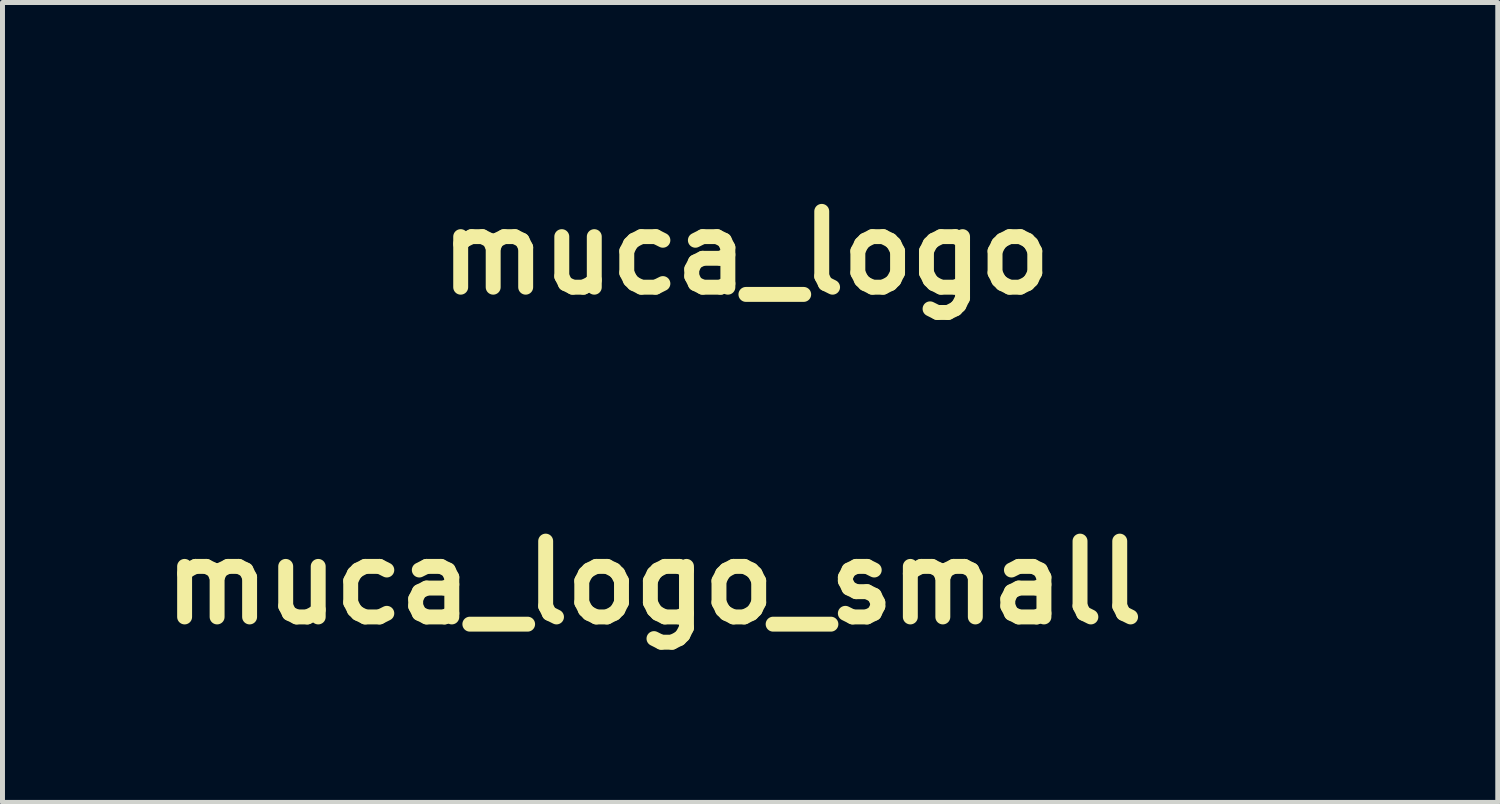
<source format=kicad_pcb>
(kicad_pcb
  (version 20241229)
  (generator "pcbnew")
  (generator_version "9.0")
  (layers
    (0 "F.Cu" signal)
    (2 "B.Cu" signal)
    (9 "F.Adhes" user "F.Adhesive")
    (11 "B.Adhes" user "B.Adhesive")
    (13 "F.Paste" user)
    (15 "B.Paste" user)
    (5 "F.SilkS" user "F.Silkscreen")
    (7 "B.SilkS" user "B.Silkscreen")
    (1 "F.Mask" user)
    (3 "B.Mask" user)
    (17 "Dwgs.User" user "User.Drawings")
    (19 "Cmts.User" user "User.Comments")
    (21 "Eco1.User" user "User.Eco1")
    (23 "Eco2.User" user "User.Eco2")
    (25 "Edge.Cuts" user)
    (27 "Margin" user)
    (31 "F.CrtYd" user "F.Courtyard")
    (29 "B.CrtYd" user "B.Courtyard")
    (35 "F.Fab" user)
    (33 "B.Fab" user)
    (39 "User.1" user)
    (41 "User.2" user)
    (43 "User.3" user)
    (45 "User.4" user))
  (footprint "muca_logo"
    (layer "F.Cu")
    (at 11.943 2.033)
    (property "Reference" "muca_logo" (at 0 0 0) (layer "F.SilkS") (effects (font (size 1.524 1.524) (thickness 0.3))))
    (attr through_hole)
    (fp_poly (pts (xy 5.531 -1.994) (xy 5.776 -1.913) (xy 5.867 -1.871) (xy 6.263 -1.636) (xy 6.503 -1.392) (xy 6.581 -1.146) (xy 6.57 -1.063) (xy 6.458 -0.893) (xy 6.257 -0.847) (xy 5.994 -0.925) (xy 5.831 -1.023) (xy 5.399 -1.239) (xy 4.952 -1.302) (xy 4.52 -1.223) (xy 4.135 -1.012) (xy 3.827 -0.68) (xy 3.636 -0.271) (xy 3.589 0.16) (xy 3.689 0.582) (xy 3.915 0.959) (xy 4.246 1.257) (xy 4.642 1.435) (xy 5.107 1.478) (xy 5.56 1.353) (xy 5.831 1.193) (xy 6.116 1.044) (xy 6.355 1.021) (xy 6.521 1.122) (xy 6.57 1.232) (xy 6.553 1.474) (xy 6.396 1.698) (xy 6.129 1.894) (xy 5.781 2.05) (xy 5.383 2.157) (xy 4.963 2.205) (xy 4.552 2.182) (xy 4.178 2.079) (xy 4.169 2.075) (xy 3.643 1.765) (xy 3.252 1.354) (xy 2.999 0.845) (xy 2.885 0.242) (xy 2.879 0.043) (xy 2.889 -0.306) (xy 2.933 -0.562) (xy 3.031 -0.8) (xy 3.154 -1.017) (xy 3.502 -1.472) (xy 3.921 -1.784) (xy 4.433 -1.964) (xy 4.878 -2.019) (xy 5.254 -2.026) (xy 5.531 -1.994)) (stroke (width 0.01) (type solid)) (fill no) (layer "Eco2.User"))
    (fp_poly (pts (xy 1.371 -2.017) (xy 1.446 -2.001) (xy 1.5 -1.961) (xy 1.536 -1.871) (xy 1.559 -1.704) (xy 1.574 -1.436) (xy 1.584 -1.04) (xy 1.59 -0.72) (xy 1.594 -0.113) (xy 1.576 0.356) (xy 1.527 0.718) (xy 1.44 1.005) (xy 1.309 1.249) (xy 1.124 1.479) (xy 1.041 1.567) (xy 0.615 1.916) (xy 0.138 2.121) (xy -0.424 2.198) (xy -0.508 2.199) (xy -0.968 2.168) (xy -1.339 2.06) (xy -1.419 2.023) (xy -1.778 1.784) (xy -2.116 1.453) (xy -2.385 1.085) (xy -2.525 0.778) (xy -2.563 0.567) (xy -2.594 0.23) (xy -2.616 -0.189) (xy -2.625 -0.646) (xy -2.625 -0.698) (xy -2.62 -1.212) (xy -2.6 -1.579) (xy -2.558 -1.821) (xy -2.486 -1.961) (xy -2.377 -2.021) (xy -2.224 -2.022) (xy -2.185 -2.017) (xy -2.107 -2) (xy -2.052 -1.956) (xy -2.015 -1.858) (xy -1.989 -1.68) (xy -1.969 -1.395) (xy -1.951 -0.976) (xy -1.945 -0.804) (xy -1.919 -0.272) (xy -1.886 0.121) (xy -1.841 0.408) (xy -1.78 0.618) (xy -1.744 0.7) (xy -1.477 1.079) (xy -1.128 1.332) (xy -0.731 1.461) (xy -0.315 1.465) (xy 0.087 1.345) (xy 0.443 1.103) (xy 0.722 0.739) (xy 0.771 0.642) (xy 0.841 0.451) (xy 0.888 0.223) (xy 0.915 -0.081) (xy 0.928 -0.497) (xy 0.929 -0.773) (xy 0.936 -1.271) (xy 0.959 -1.623) (xy 1.007 -1.85) (xy 1.087 -1.977) (xy 1.208 -2.025) (xy 1.371 -2.017)) (stroke (width 0.01) (type solid)) (fill no) (layer "Eco2.User"))
    (fp_poly (pts (xy 10.56 -1.945) (xy 10.882 -1.823) (xy 11.109 -1.712) (xy 11.261 -1.644) (xy 11.299 -1.633) (xy 11.408 -1.835) (xy 11.592 -1.986) (xy 11.688 -2.019) (xy 11.816 -2.026) (xy 11.916 -1.991) (xy 11.99 -1.896) (xy 12.042 -1.723) (xy 12.076 -1.454) (xy 12.096 -1.07) (xy 12.105 -0.552) (xy 12.107 0.085) (xy 12.105 0.747) (xy 12.095 1.258) (xy 12.075 1.637) (xy 12.04 1.902) (xy 11.987 2.071) (xy 11.912 2.163) (xy 11.811 2.195) (xy 11.688 2.188) (xy 11.495 2.091) (xy 11.339 1.905) (xy 11.299 1.802) (xy 11.228 1.827) (xy 11.051 1.909) (xy 10.882 1.993) (xy 10.374 2.162) (xy 9.817 2.201) (xy 9.273 2.106) (xy 9.059 2.025) (xy 8.544 1.71) (xy 8.152 1.282) (xy 8.016 1.058) (xy 7.884 0.674) (xy 7.833 0.255) (xy 8.561 0.255) (xy 8.673 0.649) (xy 8.892 0.989) (xy 9.198 1.254) (xy 9.568 1.422) (xy 9.983 1.473) (xy 10.421 1.384) (xy 10.591 1.308) (xy 10.956 1.033) (xy 11.202 0.67) (xy 11.321 0.255) (xy 11.306 -0.177) (xy 11.151 -0.59) (xy 11.001 -0.797) (xy 10.63 -1.111) (xy 10.214 -1.28) (xy 9.784 -1.309) (xy 9.371 -1.198) (xy 9.006 -0.952) (xy 8.739 -0.606) (xy 8.575 -0.17) (xy 8.561 0.255) (xy 7.833 0.255) (xy 7.827 0.204) (xy 7.847 -0.282) (xy 7.943 -0.719) (xy 8.019 -0.897) (xy 8.311 -1.307) (xy 8.703 -1.665) (xy 9.115 -1.905) (xy 9.557 -2.016) (xy 10.063 -2.028) (xy 10.56 -1.945)) (stroke (width 0.01) (type solid)) (fill no) (layer "Eco2.User"))
    (fp_poly (pts (xy -4.262 -2.002) (xy -4.169 -1.934) (xy -4.166 -1.93) (xy -4.131 -1.813) (xy -4.103 -1.555) (xy -4.081 -1.189) (xy -4.067 -0.743) (xy -4.059 -0.248) (xy -4.058 0.266) (xy -4.064 0.77) (xy -4.076 1.234) (xy -4.096 1.627) (xy -4.122 1.919) (xy -4.155 2.081) (xy -4.166 2.1) (xy -4.359 2.191) (xy -4.588 2.177) (xy -4.724 2.1) (xy -4.767 1.986) (xy -4.798 1.738) (xy -4.817 1.345) (xy -4.826 0.796) (xy -4.826 0.598) (xy -4.826 -0.803) (xy -6.33 0.699) (xy -6.877 1.243) (xy -7.317 1.665) (xy -7.662 1.966) (xy -7.923 2.144) (xy -8.112 2.198) (xy -8.24 2.13) (xy -8.32 1.937) (xy -8.362 1.619) (xy -8.379 1.176) (xy -8.382 0.608) (xy -8.382 0.598) (xy -8.382 -0.803) (xy -9.886 0.699) (xy -10.383 1.193) (xy -10.779 1.574) (xy -11.087 1.854) (xy -11.322 2.043) (xy -11.5 2.152) (xy -11.634 2.192) (xy -11.74 2.172) (xy -11.833 2.104) (xy -11.836 2.1) (xy -11.873 2.004) (xy -11.901 1.792) (xy -11.921 1.452) (xy -11.933 0.97) (xy -11.938 0.335) (xy -11.938 0.116) (xy -11.936 -0.511) (xy -11.931 -0.99) (xy -11.92 -1.342) (xy -11.902 -1.589) (xy -11.876 -1.751) (xy -11.84 -1.851) (xy -11.805 -1.899) (xy -11.602 -2.021) (xy -11.401 -1.975) (xy -11.309 -1.899) (xy -11.258 -1.821) (xy -11.221 -1.688) (xy -11.197 -1.476) (xy -11.183 -1.159) (xy -11.177 -0.712) (xy -11.176 -0.397) (xy -11.176 0.972) (xy -9.672 -0.53) (xy -9.126 -1.073) (xy -8.686 -1.494) (xy -8.341 -1.792) (xy -8.08 -1.966) (xy -7.891 -2.016) (xy -7.762 -1.94) (xy -7.683 -1.737) (xy -7.64 -1.408) (xy -7.623 -0.949) (xy -7.62 -0.366) (xy -7.62 0.972) (xy -6.116 -0.53) (xy -5.619 -1.023) (xy -5.223 -1.405) (xy -4.915 -1.685) (xy -4.68 -1.874) (xy -4.502 -1.983) (xy -4.368 -2.022) (xy -4.262 -2.002)) (stroke (width 0.01) (type solid)) (fill no) (layer "Eco2.User")))
  (footprint "muca_logo_small"
    (layer "F.Cu")
    (at 10.095 8.661)
    (property "Reference" "muca_logo_small" (at 0 0 0) (layer "F.SilkS") (effects (font (size 1.524 1.524) (thickness 0.3))))
    (attr through_hole)
    (fp_poly (pts (xy 2.014 -0.744) (xy 2.108 -0.736) (xy 2.177 -0.717) (xy 2.241 -0.683) (xy 2.288 -0.651) (xy 2.401 -0.562) (xy 2.461 -0.49) (xy 2.473 -0.428) (xy 2.457 -0.389) (xy 2.39 -0.333) (xy 2.297 -0.334) (xy 2.182 -0.39) (xy 2.178 -0.392) (xy 2.012 -0.471) (xy 1.844 -0.492) (xy 1.683 -0.458) (xy 1.541 -0.374) (xy 1.428 -0.243) (xy 1.361 -0.094) (xy 1.345 0.063) (xy 1.383 0.218) (xy 1.468 0.358) (xy 1.59 0.47) (xy 1.741 0.538) (xy 1.915 0.554) (xy 2.085 0.507) (xy 2.187 0.447) (xy 2.295 0.391) (xy 2.384 0.383) (xy 2.446 0.424) (xy 2.465 0.467) (xy 2.47 0.527) (xy 2.444 0.581) (xy 2.376 0.648) (xy 2.371 0.652) (xy 2.211 0.752) (xy 2.019 0.811) (xy 1.815 0.827) (xy 1.619 0.796) (xy 1.537 0.765) (xy 1.35 0.648) (xy 1.21 0.491) (xy 1.12 0.298) (xy 1.084 0.074) (xy 1.085 -0.026) (xy 1.124 -0.25) (xy 1.214 -0.437) (xy 1.357 -0.59) (xy 1.443 -0.65) (xy 1.526 -0.697) (xy 1.598 -0.726) (xy 1.682 -0.741) (xy 1.797 -0.746) (xy 1.876 -0.746) (xy 2.014 -0.744)) (stroke (width 0.01) (type solid)) (fill no) (layer "Eco2.User"))
    (fp_poly (pts (xy -0.819 -0.756) (xy -0.791 -0.75) (xy -0.77 -0.734) (xy -0.756 -0.698) (xy -0.746 -0.633) (xy -0.739 -0.529) (xy -0.733 -0.375) (xy -0.729 -0.285) (xy -0.722 -0.099) (xy -0.713 0.036) (xy -0.701 0.132) (xy -0.684 0.202) (xy -0.661 0.257) (xy -0.64 0.293) (xy -0.522 0.43) (xy -0.375 0.518) (xy -0.212 0.554) (xy -0.045 0.535) (xy 0.114 0.46) (xy 0.143 0.439) (xy 0.222 0.362) (xy 0.28 0.268) (xy 0.318 0.146) (xy 0.339 -0.014) (xy 0.348 -0.224) (xy 0.349 -0.29) (xy 0.351 -0.477) (xy 0.36 -0.608) (xy 0.378 -0.694) (xy 0.408 -0.741) (xy 0.453 -0.759) (xy 0.514 -0.756) (xy 0.542 -0.751) (xy 0.562 -0.735) (xy 0.576 -0.701) (xy 0.585 -0.639) (xy 0.59 -0.538) (xy 0.594 -0.39) (xy 0.596 -0.27) (xy 0.599 -0.066) (xy 0.596 0.087) (xy 0.587 0.2) (xy 0.572 0.284) (xy 0.555 0.338) (xy 0.471 0.488) (xy 0.345 0.629) (xy 0.196 0.739) (xy 0.145 0.765) (xy 0.007 0.805) (xy -0.162 0.822) (xy -0.333 0.813) (xy -0.472 0.782) (xy -0.625 0.699) (xy -0.768 0.572) (xy -0.881 0.421) (xy -0.908 0.368) (xy -0.939 0.297) (xy -0.96 0.228) (xy -0.973 0.147) (xy -0.98 0.041) (xy -0.983 -0.105) (xy -0.984 -0.242) (xy -0.982 -0.439) (xy -0.976 -0.58) (xy -0.961 -0.675) (xy -0.936 -0.731) (xy -0.898 -0.756) (xy -0.844 -0.759) (xy -0.819 -0.756)) (stroke (width 0.01) (type solid)) (fill no) (layer "Eco2.User"))
    (fp_poly (pts (xy 4.005 -0.717) (xy 4.081 -0.684) (xy 4.166 -0.642) (xy 4.223 -0.616) (xy 4.237 -0.612) (xy 4.278 -0.688) (xy 4.347 -0.745) (xy 4.383 -0.757) (xy 4.431 -0.76) (xy 4.468 -0.747) (xy 4.496 -0.711) (xy 4.516 -0.646) (xy 4.529 -0.545) (xy 4.536 -0.401) (xy 4.539 -0.207) (xy 4.54 0.032) (xy 4.539 0.28) (xy 4.536 0.472) (xy 4.528 0.614) (xy 4.515 0.713) (xy 4.495 0.777) (xy 4.467 0.811) (xy 4.429 0.823) (xy 4.383 0.821) (xy 4.311 0.784) (xy 4.252 0.714) (xy 4.237 0.676) (xy 4.211 0.685) (xy 4.144 0.716) (xy 4.081 0.747) (xy 3.877 0.816) (xy 3.663 0.825) (xy 3.449 0.776) (xy 3.363 0.738) (xy 3.184 0.615) (xy 3.05 0.457) (xy 2.964 0.275) (xy 2.926 0.078) (xy 2.933 -0.033) (xy 3.211 -0.033) (xy 3.216 0.126) (xy 3.275 0.287) (xy 3.276 0.29) (xy 3.389 0.432) (xy 3.531 0.522) (xy 3.694 0.556) (xy 3.867 0.533) (xy 3.972 0.491) (xy 4.111 0.388) (xy 4.201 0.257) (xy 4.244 0.108) (xy 4.241 -0.046) (xy 4.191 -0.195) (xy 4.098 -0.327) (xy 3.96 -0.431) (xy 3.898 -0.459) (xy 3.735 -0.496) (xy 3.581 -0.477) (xy 3.445 -0.413) (xy 3.333 -0.311) (xy 3.252 -0.182) (xy 3.211 -0.033) (xy 2.933 -0.033) (xy 2.938 -0.122) (xy 3.002 -0.315) (xy 3.117 -0.491) (xy 3.205 -0.579) (xy 3.384 -0.691) (xy 3.587 -0.753) (xy 3.799 -0.762) (xy 4.005 -0.717)) (stroke (width 0.01) (type solid)) (fill no) (layer "Eco2.User"))
    (fp_poly (pts (xy -1.591 -0.746) (xy -1.562 -0.71) (xy -1.557 -0.701) (xy -1.546 -0.648) (xy -1.537 -0.539) (xy -1.53 -0.381) (xy -1.525 -0.183) (xy -1.524 0.032) (xy -1.526 0.262) (xy -1.53 0.458) (xy -1.537 0.612) (xy -1.546 0.717) (xy -1.557 0.764) (xy -1.614 0.813) (xy -1.694 0.823) (xy -1.767 0.791) (xy -1.772 0.787) (xy -1.788 0.745) (xy -1.799 0.652) (xy -1.806 0.504) (xy -1.81 0.298) (xy -1.81 0.224) (xy -1.81 -0.301) (xy -2.374 0.262) (xy -2.579 0.466) (xy -2.744 0.624) (xy -2.873 0.737) (xy -2.971 0.804) (xy -3.042 0.824) (xy -3.09 0.799) (xy -3.12 0.726) (xy -3.136 0.607) (xy -3.142 0.441) (xy -3.143 0.228) (xy -3.143 0.224) (xy -3.143 -0.301) (xy -3.707 0.262) (xy -3.894 0.447) (xy -4.042 0.59) (xy -4.158 0.695) (xy -4.246 0.766) (xy -4.312 0.807) (xy -4.363 0.822) (xy -4.403 0.814) (xy -4.437 0.789) (xy -4.439 0.787) (xy -4.452 0.752) (xy -4.463 0.672) (xy -4.47 0.544) (xy -4.475 0.364) (xy -4.477 0.126) (xy -4.477 0.044) (xy -4.476 -0.192) (xy -4.474 -0.371) (xy -4.47 -0.503) (xy -4.463 -0.596) (xy -4.453 -0.657) (xy -4.44 -0.694) (xy -4.427 -0.712) (xy -4.351 -0.758) (xy -4.275 -0.741) (xy -4.241 -0.712) (xy -4.222 -0.683) (xy -4.208 -0.633) (xy -4.199 -0.553) (xy -4.194 -0.435) (xy -4.191 -0.267) (xy -4.191 -0.149) (xy -4.191 0.364) (xy -3.627 -0.199) (xy -3.422 -0.402) (xy -3.257 -0.56) (xy -3.128 -0.672) (xy -3.03 -0.737) (xy -2.959 -0.756) (xy -2.911 -0.727) (xy -2.881 -0.652) (xy -2.865 -0.528) (xy -2.859 -0.356) (xy -2.858 -0.137) (xy -2.858 0.364) (xy -2.294 -0.199) (xy -2.103 -0.387) (xy -1.952 -0.533) (xy -1.833 -0.64) (xy -1.743 -0.711) (xy -1.676 -0.75) (xy -1.627 -0.76) (xy -1.591 -0.746)) (stroke (width 0.01) (type solid)) (fill no) (layer "Eco2.User")))
  (gr_rect
    (start -3 -3)
    (end 27.055 13.079)
    (stroke (width 0.1) (type default))
    (fill no)
    (layer "Edge.Cuts")))
</source>
